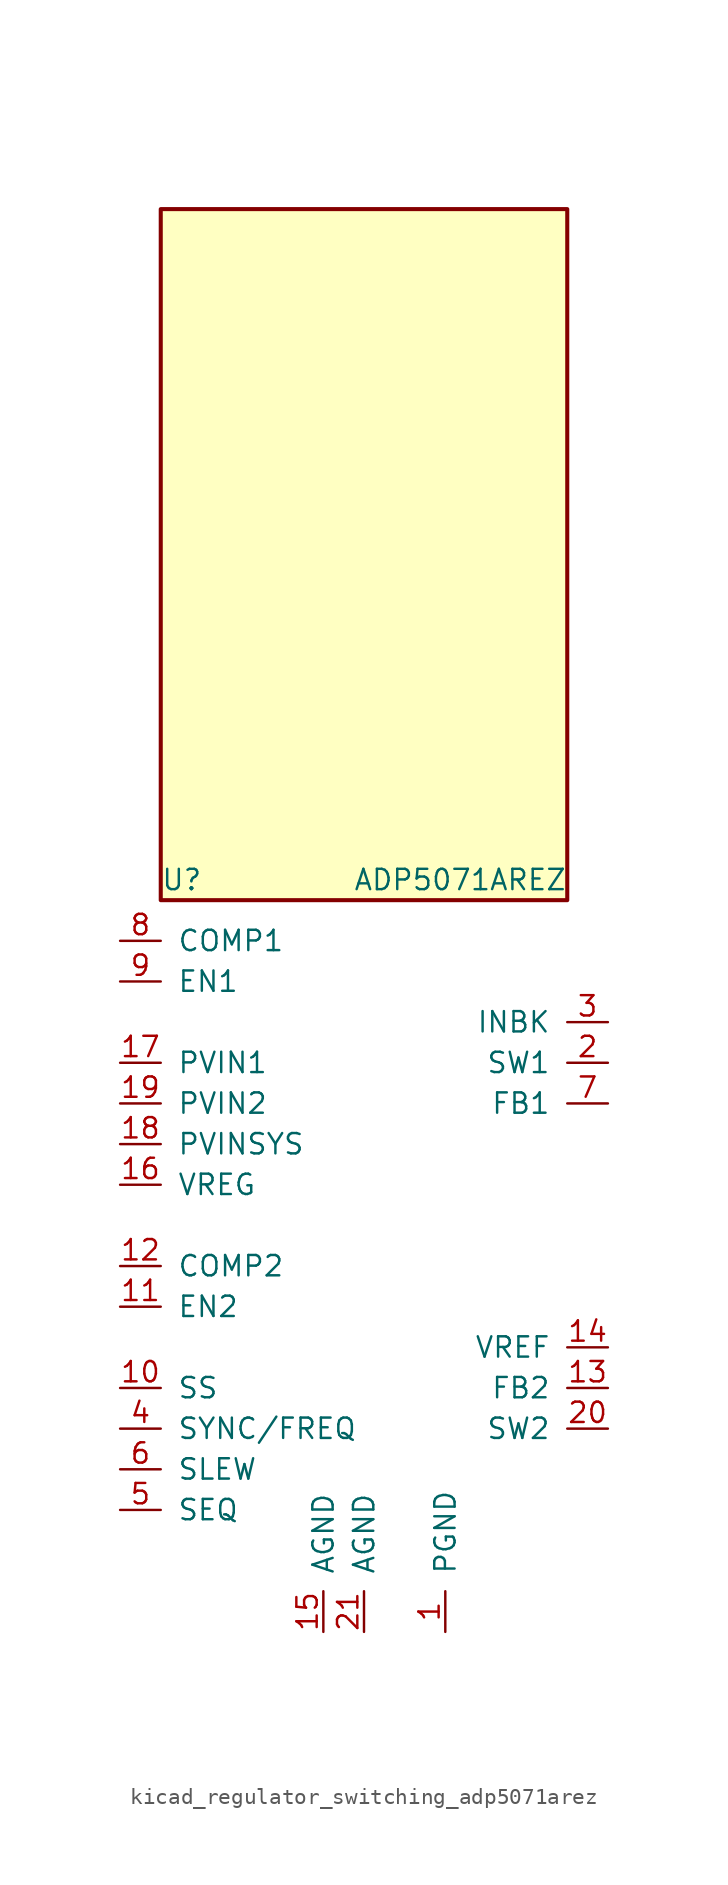
<source format=kicad_sym>
(kicad_symbol_lib
  (version 20220914)
  (generator kicad_symbol_editor)
  (symbol "kicad_regulator_switching_adp5071arez"
    (pin_names
      (offset 1.016))
    (property "Reference" "U"
      (at -12.7 24.13 0)
      (effects (font (size 1.27 1.27)) (justify left)))
    (property "Value" "ADP5071AREZ"
      (at 12.7 24.13 0)
      (effects (font (size 1.27 1.27)) (justify right)))
    (symbol "kicad_regulator_switching_adp5071arez_0_1"
      (rectangle (start 12.7 66.04) (end -12.7 22.86) (stroke (width 0.254) (type default)) (fill (type background))))
    (symbol "kicad_regulator_switching_adp5071arez_1_1"
      (pin power_in line (at 5.08 -22.86 90) (length 2.54) (name "PGND" (effects (font (size 1.27 1.27)))) (number "1" (effects (font (size 1.27 1.27)))))
      (pin passive line (at -15.24 -7.62 0) (length 2.54) (name "SS" (effects (font (size 1.27 1.27)))) (number "10" (effects (font (size 1.27 1.27)))))
      (pin input line (at -15.24 -2.54 0) (length 2.54) (name "EN2" (effects (font (size 1.27 1.27)))) (number "11" (effects (font (size 1.27 1.27)))))
      (pin passive line (at -15.24 0 0) (length 2.54) (name "COMP2" (effects (font (size 1.27 1.27)))) (number "12" (effects (font (size 1.27 1.27)))))
      (pin input line (at 15.24 -7.62 180) (length 2.54) (name "FB2" (effects (font (size 1.27 1.27)))) (number "13" (effects (font (size 1.27 1.27)))))
      (pin output line (at 15.24 -5.08 180) (length 2.54) (name "VREF" (effects (font (size 1.27 1.27)))) (number "14" (effects (font (size 1.27 1.27)))))
      (pin power_in line (at -2.54 -22.86 90) (length 2.54) (name "AGND" (effects (font (size 1.27 1.27)))) (number "15" (effects (font (size 1.27 1.27)))))
      (pin output line (at -15.24 5.08 0) (length 2.54) (name "VREG" (effects (font (size 1.27 1.27)))) (number "16" (effects (font (size 1.27 1.27)))))
      (pin power_in line (at -15.24 12.7 0) (length 2.54) (name "PVIN1" (effects (font (size 1.27 1.27)))) (number "17" (effects (font (size 1.27 1.27)))))
      (pin power_in line (at -15.24 7.62 0) (length 2.54) (name "PVINSYS" (effects (font (size 1.27 1.27)))) (number "18" (effects (font (size 1.27 1.27)))))
      (pin power_in line (at -15.24 10.16 0) (length 2.54) (name "PVIN2" (effects (font (size 1.27 1.27)))) (number "19" (effects (font (size 1.27 1.27)))))
      (pin power_out line (at 15.24 12.7 180) (length 2.54) (name "SW1" (effects (font (size 1.27 1.27)))) (number "2" (effects (font (size 1.27 1.27)))))
      (pin power_out line (at 15.24 -10.16 180) (length 2.54) (name "SW2" (effects (font (size 1.27 1.27)))) (number "20" (effects (font (size 1.27 1.27)))))
      (pin power_in line (at 0 -22.86 90) (length 2.54) (name "AGND" (effects (font (size 1.27 1.27)))) (number "21" (effects (font (size 1.27 1.27)))))
      (pin power_out line (at 15.24 15.24 180) (length 2.54) (name "INBK" (effects (font (size 1.27 1.27)))) (number "3" (effects (font (size 1.27 1.27)))))
      (pin input line (at -15.24 -10.16 0) (length 2.54) (name "SYNC/FREQ" (effects (font (size 1.27 1.27)))) (number "4" (effects (font (size 1.27 1.27)))))
      (pin input line (at -15.24 -15.24 0) (length 2.54) (name "SEQ" (effects (font (size 1.27 1.27)))) (number "5" (effects (font (size 1.27 1.27)))))
      (pin input line (at -15.24 -12.7 0) (length 2.54) (name "SLEW" (effects (font (size 1.27 1.27)))) (number "6" (effects (font (size 1.27 1.27)))))
      (pin input line (at 15.24 10.16 180) (length 2.54) (name "FB1" (effects (font (size 1.27 1.27)))) (number "7" (effects (font (size 1.27 1.27)))))
      (pin passive line (at -15.24 20.32 0) (length 2.54) (name "COMP1" (effects (font (size 1.27 1.27)))) (number "8" (effects (font (size 1.27 1.27)))))
      (pin input line (at -15.24 17.78 0) (length 2.54) (name "EN1" (effects (font (size 1.27 1.27)))) (number "9" (effects (font (size 1.27 1.27))))))))
</source>
